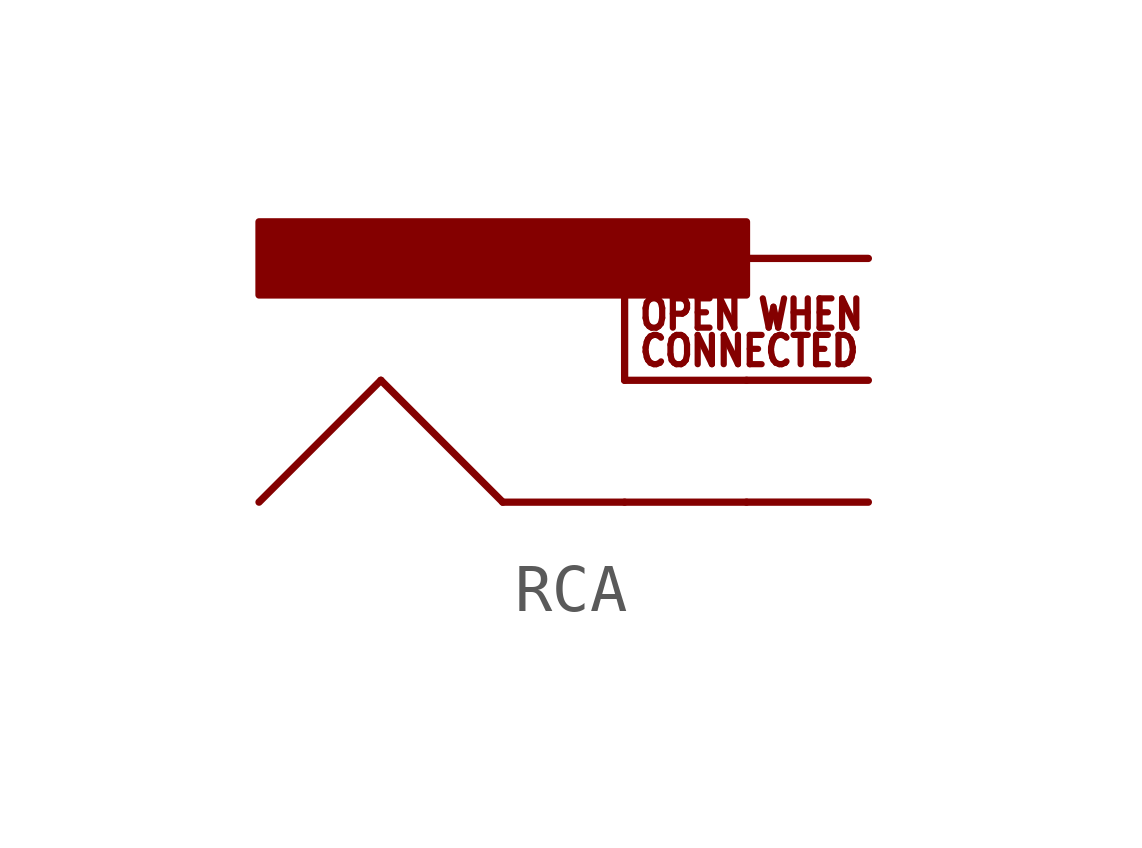
<source format=kicad_sym>
(kicad_symbol_lib
  (version 20241209)
  (generator "kicad_symbol_editor")
  (generator_version "9.0")
  (symbol "RCA"
    (property "Reference" "JP"
      (at -12.7 -5.08 0)
      (effects (font (size 1.778 1.511)) (justify left bottom) (hide yes)))
    (property "ki_locked" ""
      (at 0 0 0)
      (effects (font (size 1.27 1.27))))
    (symbol "RCA_1_0"
      (rectangle (start -12.7 1.778) (end -2.54 3.302) (stroke (width 0) (type default)) (fill (type outline)))
      (polyline (pts (xy -12.7 -2.54) (xy -10.16 0)) (stroke (width 0.152) (type solid)) (fill (type none)))
      (polyline (pts (xy -10.16 0) (xy -7.62 -2.54)) (stroke (width 0.152) (type solid)) (fill (type none)))
      (polyline (pts (xy -7.62 -2.54) (xy -5.08 -2.54)) (stroke (width 0.152) (type solid)) (fill (type none)))
      (polyline (pts (xy -5.08 0) (xy -5.08 2.54)) (stroke (width 0.152) (type solid)) (fill (type none)))
      (polyline (pts (xy -5.08 0) (xy -2.54 0)) (stroke (width 0.152) (type solid)) (fill (type none)))
      (polyline (pts (xy -5.08 -2.54) (xy -2.54 -2.54)) (stroke (width 0.152) (type solid)) (fill (type none)))
      (text "OPEN WHEN" (at -4.826 1.016 0) (effects (font (size 0.61 0.518)) (justify left bottom)))
      (text "CONNECTED" (at -4.826 0.254 0) (effects (font (size 0.61 0.518)) (justify left bottom)))
      (pin bidirectional line (at 0 2.54 180) (length 2.54) (name "PIN" (effects (font (size 0 0)))) (number "PIN" (effects (font (size 0 0)))))
      (pin bidirectional line (at 0 0 180) (length 2.54) (name "SWITCH" (effects (font (size 0 0)))) (number "SWITCH" (effects (font (size 0 0)))))
      (pin bidirectional line (at 0 -2.54 180) (length 2.54) (name "SHELL" (effects (font (size 0 0)))) (number "SHELL" (effects (font (size 0 0))))))))
</source>
